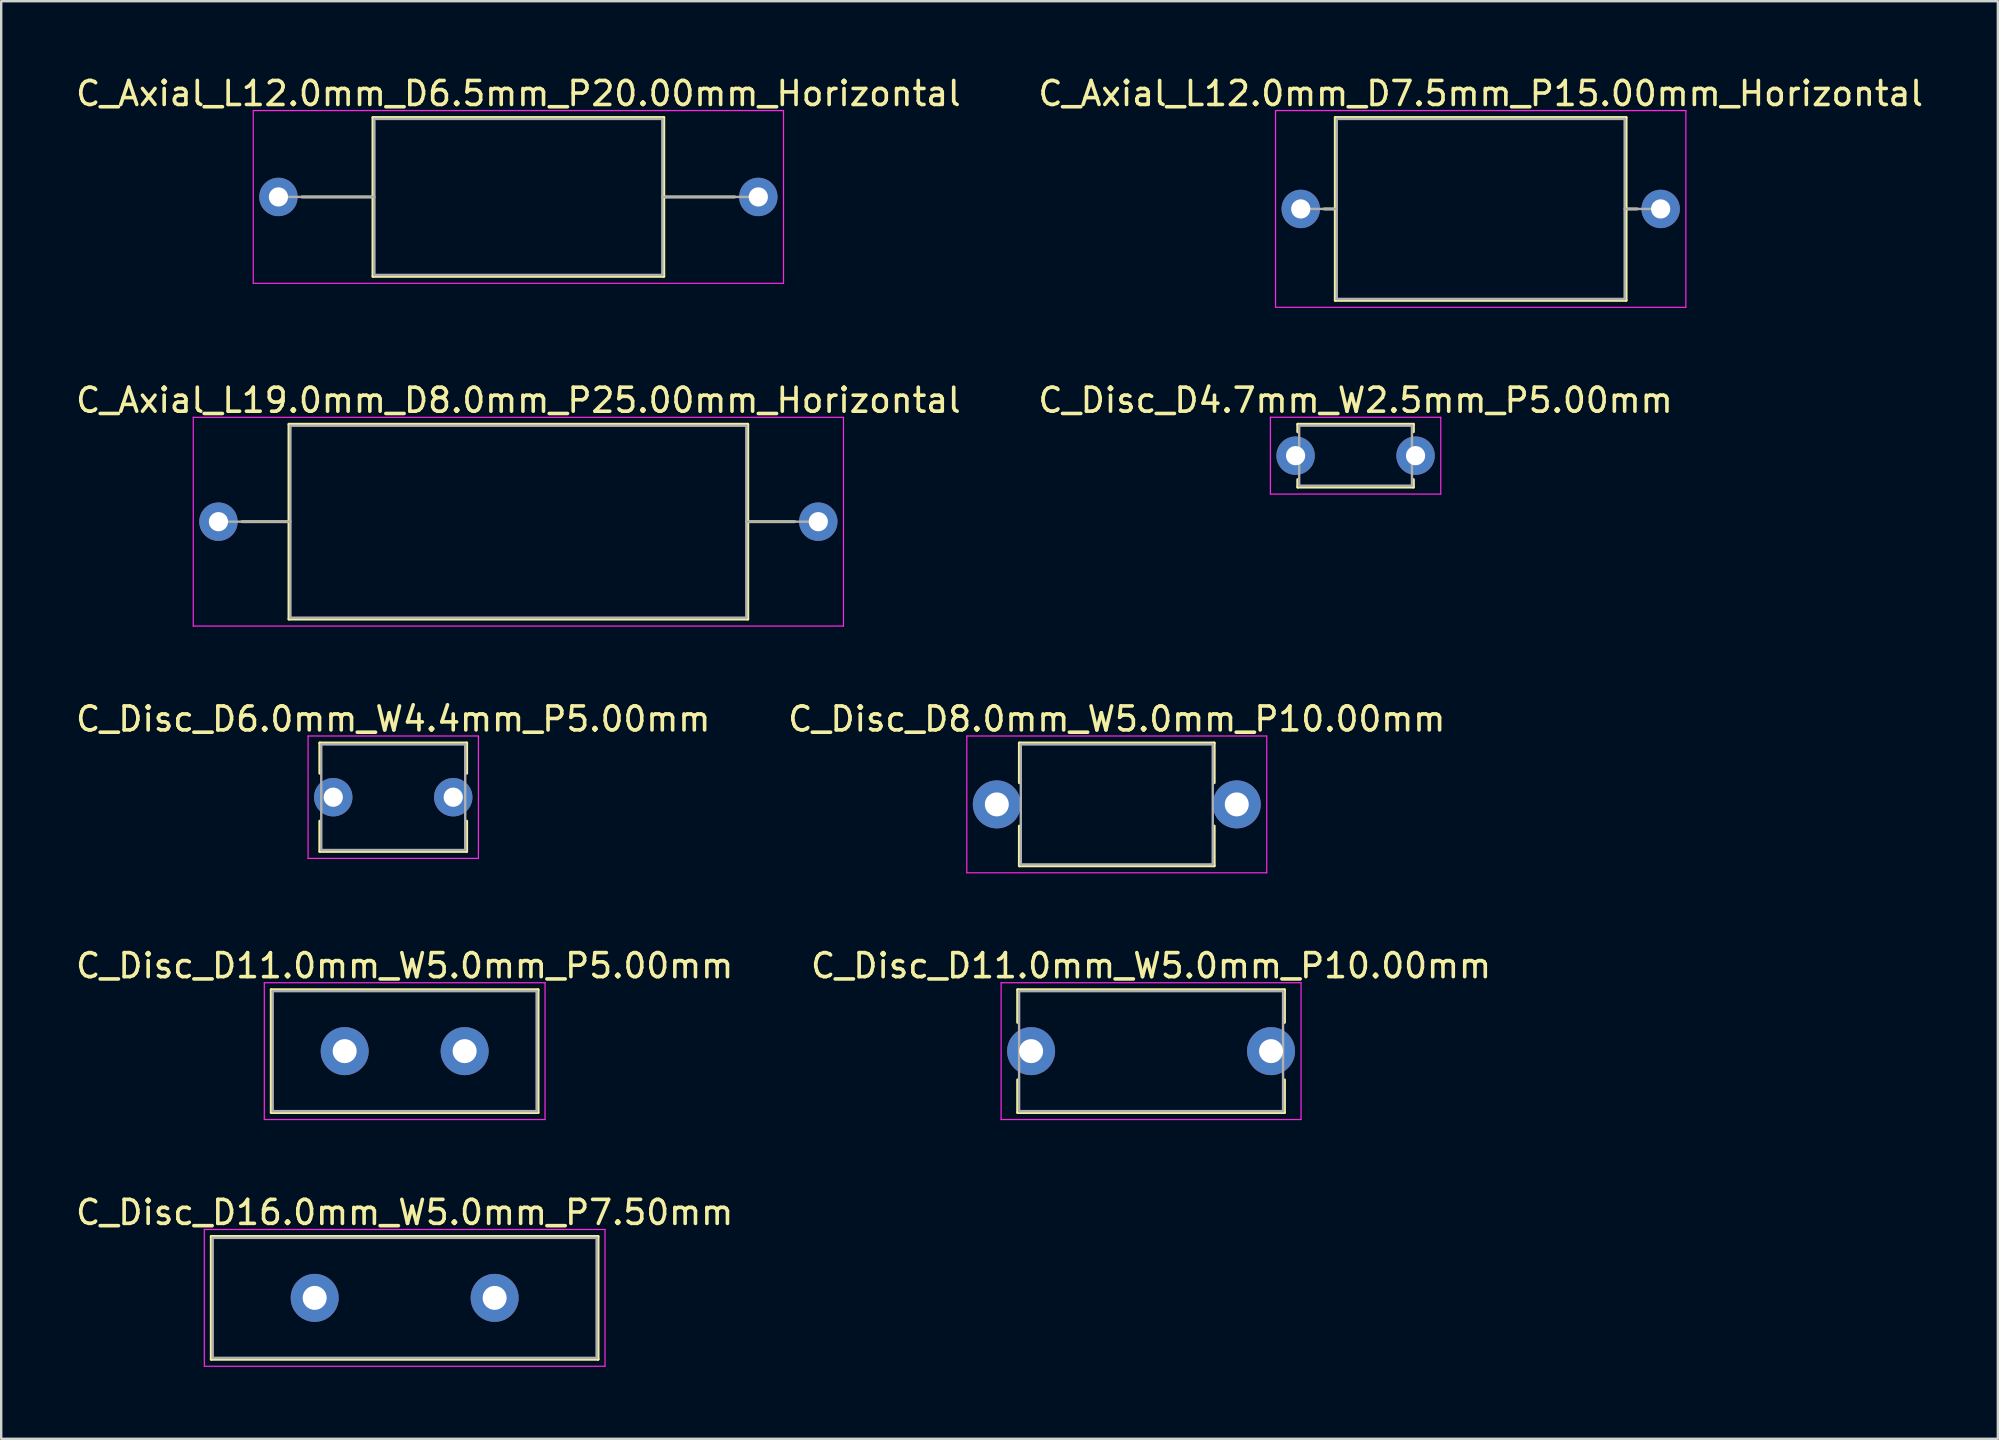
<source format=kicad_pcb>
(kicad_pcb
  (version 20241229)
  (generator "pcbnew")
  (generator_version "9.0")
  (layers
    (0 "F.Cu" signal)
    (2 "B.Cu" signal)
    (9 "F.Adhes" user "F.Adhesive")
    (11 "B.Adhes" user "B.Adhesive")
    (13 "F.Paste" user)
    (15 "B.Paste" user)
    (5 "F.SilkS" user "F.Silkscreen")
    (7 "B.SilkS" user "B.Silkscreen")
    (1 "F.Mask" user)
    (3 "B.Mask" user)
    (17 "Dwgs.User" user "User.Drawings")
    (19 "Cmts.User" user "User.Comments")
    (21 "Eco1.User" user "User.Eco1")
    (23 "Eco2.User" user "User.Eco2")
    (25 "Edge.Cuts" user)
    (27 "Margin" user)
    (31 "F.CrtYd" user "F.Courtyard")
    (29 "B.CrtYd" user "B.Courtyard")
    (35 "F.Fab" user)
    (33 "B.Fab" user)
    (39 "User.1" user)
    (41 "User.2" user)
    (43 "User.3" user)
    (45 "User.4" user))
  (footprint "C_Disc_D11.0mm_W5.0mm_P5.00mm"
    (layer "F.Cu")
    (at 11.315 40.758)
    (property "Reference" "C_Disc_D11.0mm_W5.0mm_P5.00mm" (at 2.5 -3.56 0) (layer "F.SilkS") (effects (font (size 1 1) (thickness 0.15))))
    (attr through_hole)
    (fp_line (start -3.06 -2.56) (end -3.06 2.56) (stroke (width 0.12) (type solid)) (layer "F.SilkS"))
    (fp_line (start -3.06 -2.56) (end 8.06 -2.56) (stroke (width 0.12) (type solid)) (layer "F.SilkS"))
    (fp_line (start -3.06 2.56) (end 8.06 2.56) (stroke (width 0.12) (type solid)) (layer "F.SilkS"))
    (fp_line (start 8.06 -2.56) (end 8.06 2.56) (stroke (width 0.12) (type solid)) (layer "F.SilkS"))
    (fp_line (start -3.35 -2.85) (end -3.35 2.85) (stroke (width 0.05) (type solid)) (layer "F.CrtYd"))
    (fp_line (start -3.35 2.85) (end 8.35 2.85) (stroke (width 0.05) (type solid)) (layer "F.CrtYd"))
    (fp_line (start 8.35 -2.85) (end -3.35 -2.85) (stroke (width 0.05) (type solid)) (layer "F.CrtYd"))
    (fp_line (start 8.35 2.85) (end 8.35 -2.85) (stroke (width 0.05) (type solid)) (layer "F.CrtYd"))
    (fp_line (start -3 -2.5) (end -3 2.5) (stroke (width 0.1) (type solid)) (layer "F.Fab"))
    (fp_line (start -3 2.5) (end 8 2.5) (stroke (width 0.1) (type solid)) (layer "F.Fab"))
    (fp_line (start 8 -2.5) (end -3 -2.5) (stroke (width 0.1) (type solid)) (layer "F.Fab"))
    (fp_line (start 8 2.5) (end 8 -2.5) (stroke (width 0.1) (type solid)) (layer "F.Fab"))
    (pad "1" thru_hole circle (at 0 0) (size 2 2) (drill 1) (layers "*.Cu" "*.Mask"))
    (pad "2" thru_hole circle (at 5 0) (size 2 2) (drill 1) (layers "*.Cu" "*.Mask")))
  (footprint "C_Disc_D4.7mm_W2.5mm_P5.00mm"
    (layer "F.Cu")
    (at 50.946 15.941)
    (property "Reference" "C_Disc_D4.7mm_W2.5mm_P5.00mm" (at 2.5 -2.31 0) (layer "F.SilkS") (effects (font (size 1 1) (thickness 0.15))))
    (attr through_hole)
    (fp_line (start 0.09 -1.31) (end 0.09 -0.996) (stroke (width 0.12) (type solid)) (layer "F.SilkS"))
    (fp_line (start 0.09 -1.31) (end 4.91 -1.31) (stroke (width 0.12) (type solid)) (layer "F.SilkS"))
    (fp_line (start 0.09 0.996) (end 0.09 1.31) (stroke (width 0.12) (type solid)) (layer "F.SilkS"))
    (fp_line (start 0.09 1.31) (end 4.91 1.31) (stroke (width 0.12) (type solid)) (layer "F.SilkS"))
    (fp_line (start 4.91 -1.31) (end 4.91 -0.996) (stroke (width 0.12) (type solid)) (layer "F.SilkS"))
    (fp_line (start 4.91 0.996) (end 4.91 1.31) (stroke (width 0.12) (type solid)) (layer "F.SilkS"))
    (fp_line (start -1.05 -1.6) (end -1.05 1.6) (stroke (width 0.05) (type solid)) (layer "F.CrtYd"))
    (fp_line (start -1.05 1.6) (end 6.05 1.6) (stroke (width 0.05) (type solid)) (layer "F.CrtYd"))
    (fp_line (start 6.05 -1.6) (end -1.05 -1.6) (stroke (width 0.05) (type solid)) (layer "F.CrtYd"))
    (fp_line (start 6.05 1.6) (end 6.05 -1.6) (stroke (width 0.05) (type solid)) (layer "F.CrtYd"))
    (fp_line (start 0.15 -1.25) (end 0.15 1.25) (stroke (width 0.1) (type solid)) (layer "F.Fab"))
    (fp_line (start 0.15 1.25) (end 4.85 1.25) (stroke (width 0.1) (type solid)) (layer "F.Fab"))
    (fp_line (start 4.85 -1.25) (end 0.15 -1.25) (stroke (width 0.1) (type solid)) (layer "F.Fab"))
    (fp_line (start 4.85 1.25) (end 4.85 -1.25) (stroke (width 0.1) (type solid)) (layer "F.Fab"))
    (pad "1" thru_hole circle (at 0 0) (size 1.6 1.6) (drill 0.8) (layers "*.Cu" "*.Mask"))
    (pad "2" thru_hole circle (at 5 0) (size 1.6 1.6) (drill 0.8) (layers "*.Cu" "*.Mask")))
  (footprint "C_Axial_L19.0mm_D8.0mm_P25.00mm_Horizontal"
    (layer "F.Cu")
    (at 6.054 18.692)
    (property "Reference" "C_Axial_L19.0mm_D8.0mm_P25.00mm_Horizontal" (at 12.5 -5.06 0) (layer "F.SilkS") (effects (font (size 1 1) (thickness 0.15))))
    (attr through_hole)
    (fp_line (start 0.98 0) (end 2.94 0) (stroke (width 0.12) (type solid)) (layer "F.SilkS"))
    (fp_line (start 2.94 -4.06) (end 2.94 4.06) (stroke (width 0.12) (type solid)) (layer "F.SilkS"))
    (fp_line (start 2.94 4.06) (end 22.06 4.06) (stroke (width 0.12) (type solid)) (layer "F.SilkS"))
    (fp_line (start 22.06 -4.06) (end 2.94 -4.06) (stroke (width 0.12) (type solid)) (layer "F.SilkS"))
    (fp_line (start 22.06 4.06) (end 22.06 -4.06) (stroke (width 0.12) (type solid)) (layer "F.SilkS"))
    (fp_line (start 24.02 0) (end 22.06 0) (stroke (width 0.12) (type solid)) (layer "F.SilkS"))
    (fp_line (start -1.05 -4.35) (end -1.05 4.35) (stroke (width 0.05) (type solid)) (layer "F.CrtYd"))
    (fp_line (start -1.05 4.35) (end 26.05 4.35) (stroke (width 0.05) (type solid)) (layer "F.CrtYd"))
    (fp_line (start 26.05 -4.35) (end -1.05 -4.35) (stroke (width 0.05) (type solid)) (layer "F.CrtYd"))
    (fp_line (start 26.05 4.35) (end 26.05 -4.35) (stroke (width 0.05) (type solid)) (layer "F.CrtYd"))
    (fp_line (start 0 0) (end 3 0) (stroke (width 0.1) (type solid)) (layer "F.Fab"))
    (fp_line (start 3 -4) (end 3 4) (stroke (width 0.1) (type solid)) (layer "F.Fab"))
    (fp_line (start 3 4) (end 22 4) (stroke (width 0.1) (type solid)) (layer "F.Fab"))
    (fp_line (start 22 -4) (end 3 -4) (stroke (width 0.1) (type solid)) (layer "F.Fab"))
    (fp_line (start 22 4) (end 22 -4) (stroke (width 0.1) (type solid)) (layer "F.Fab"))
    (fp_line (start 25 0) (end 22 0) (stroke (width 0.1) (type solid)) (layer "F.Fab"))
    (pad "1" thru_hole circle (at 0 0) (size 1.6 1.6) (drill 0.8) (layers "*.Cu" "*.Mask"))
    (pad "2" thru_hole oval (at 25 0) (size 1.6 1.6) (drill 0.8) (layers "*.Cu" "*.Mask")))
  (footprint "C_Disc_D16.0mm_W5.0mm_P7.50mm"
    (layer "F.Cu")
    (at 10.065 51.041)
    (property "Reference" "C_Disc_D16.0mm_W5.0mm_P7.50mm" (at 3.75 -3.56 0) (layer "F.SilkS") (effects (font (size 1 1) (thickness 0.15))))
    (attr through_hole)
    (fp_line (start -4.31 -2.56) (end -4.31 2.56) (stroke (width 0.12) (type solid)) (layer "F.SilkS"))
    (fp_line (start -4.31 -2.56) (end 11.81 -2.56) (stroke (width 0.12) (type solid)) (layer "F.SilkS"))
    (fp_line (start -4.31 2.56) (end 11.81 2.56) (stroke (width 0.12) (type solid)) (layer "F.SilkS"))
    (fp_line (start 11.81 -2.56) (end 11.81 2.56) (stroke (width 0.12) (type solid)) (layer "F.SilkS"))
    (fp_line (start -4.6 -2.85) (end -4.6 2.85) (stroke (width 0.05) (type solid)) (layer "F.CrtYd"))
    (fp_line (start -4.6 2.85) (end 12.1 2.85) (stroke (width 0.05) (type solid)) (layer "F.CrtYd"))
    (fp_line (start 12.1 -2.85) (end -4.6 -2.85) (stroke (width 0.05) (type solid)) (layer "F.CrtYd"))
    (fp_line (start 12.1 2.85) (end 12.1 -2.85) (stroke (width 0.05) (type solid)) (layer "F.CrtYd"))
    (fp_line (start -4.25 -2.5) (end -4.25 2.5) (stroke (width 0.1) (type solid)) (layer "F.Fab"))
    (fp_line (start -4.25 2.5) (end 11.75 2.5) (stroke (width 0.1) (type solid)) (layer "F.Fab"))
    (fp_line (start 11.75 -2.5) (end -4.25 -2.5) (stroke (width 0.1) (type solid)) (layer "F.Fab"))
    (fp_line (start 11.75 2.5) (end 11.75 -2.5) (stroke (width 0.1) (type solid)) (layer "F.Fab"))
    (pad "1" thru_hole circle (at 0 0) (size 2 2) (drill 1) (layers "*.Cu" "*.Mask"))
    (pad "2" thru_hole circle (at 7.5 0) (size 2 2) (drill 1) (layers "*.Cu" "*.Mask")))
  (footprint "C_Axial_L12.0mm_D7.5mm_P15.00mm_Horizontal"
    (layer "F.Cu")
    (at 51.161 5.658)
    (property "Reference" "C_Axial_L12.0mm_D7.5mm_P15.00mm_Horizontal" (at 7.5 -4.81 0) (layer "F.SilkS") (effects (font (size 1 1) (thickness 0.15))))
    (attr through_hole)
    (fp_line (start 0.98 0) (end 1.44 0) (stroke (width 0.12) (type solid)) (layer "F.SilkS"))
    (fp_line (start 1.44 -3.81) (end 1.44 3.81) (stroke (width 0.12) (type solid)) (layer "F.SilkS"))
    (fp_line (start 1.44 3.81) (end 13.56 3.81) (stroke (width 0.12) (type solid)) (layer "F.SilkS"))
    (fp_line (start 13.56 -3.81) (end 1.44 -3.81) (stroke (width 0.12) (type solid)) (layer "F.SilkS"))
    (fp_line (start 13.56 3.81) (end 13.56 -3.81) (stroke (width 0.12) (type solid)) (layer "F.SilkS"))
    (fp_line (start 14.02 0) (end 13.56 0) (stroke (width 0.12) (type solid)) (layer "F.SilkS"))
    (fp_line (start -1.05 -4.1) (end -1.05 4.1) (stroke (width 0.05) (type solid)) (layer "F.CrtYd"))
    (fp_line (start -1.05 4.1) (end 16.05 4.1) (stroke (width 0.05) (type solid)) (layer "F.CrtYd"))
    (fp_line (start 16.05 -4.1) (end -1.05 -4.1) (stroke (width 0.05) (type solid)) (layer "F.CrtYd"))
    (fp_line (start 16.05 4.1) (end 16.05 -4.1) (stroke (width 0.05) (type solid)) (layer "F.CrtYd"))
    (fp_line (start 0 0) (end 1.5 0) (stroke (width 0.1) (type solid)) (layer "F.Fab"))
    (fp_line (start 1.5 -3.75) (end 1.5 3.75) (stroke (width 0.1) (type solid)) (layer "F.Fab"))
    (fp_line (start 1.5 3.75) (end 13.5 3.75) (stroke (width 0.1) (type solid)) (layer "F.Fab"))
    (fp_line (start 13.5 -3.75) (end 1.5 -3.75) (stroke (width 0.1) (type solid)) (layer "F.Fab"))
    (fp_line (start 13.5 3.75) (end 13.5 -3.75) (stroke (width 0.1) (type solid)) (layer "F.Fab"))
    (fp_line (start 15 0) (end 13.5 0) (stroke (width 0.1) (type solid)) (layer "F.Fab"))
    (pad "1" thru_hole circle (at 0 0) (size 1.6 1.6) (drill 0.8) (layers "*.Cu" "*.Mask"))
    (pad "2" thru_hole oval (at 15 0) (size 1.6 1.6) (drill 0.8) (layers "*.Cu" "*.Mask")))
  (footprint "C_Disc_D11.0mm_W5.0mm_P10.00mm"
    (layer "F.Cu")
    (at 39.923 40.758)
    (property "Reference" "C_Disc_D11.0mm_W5.0mm_P10.00mm" (at 5 -3.56 0) (layer "F.SilkS") (effects (font (size 1 1) (thickness 0.15))))
    (attr through_hole)
    (fp_line (start -0.56 -2.56) (end -0.56 -1.195) (stroke (width 0.12) (type solid)) (layer "F.SilkS"))
    (fp_line (start -0.56 -2.56) (end 10.56 -2.56) (stroke (width 0.12) (type solid)) (layer "F.SilkS"))
    (fp_line (start -0.56 1.195) (end -0.56 2.56) (stroke (width 0.12) (type solid)) (layer "F.SilkS"))
    (fp_line (start -0.56 2.56) (end 10.56 2.56) (stroke (width 0.12) (type solid)) (layer "F.SilkS"))
    (fp_line (start 10.56 -2.56) (end 10.56 -1.195) (stroke (width 0.12) (type solid)) (layer "F.SilkS"))
    (fp_line (start 10.56 1.195) (end 10.56 2.56) (stroke (width 0.12) (type solid)) (layer "F.SilkS"))
    (fp_line (start -1.25 -2.85) (end -1.25 2.85) (stroke (width 0.05) (type solid)) (layer "F.CrtYd"))
    (fp_line (start -1.25 2.85) (end 11.25 2.85) (stroke (width 0.05) (type solid)) (layer "F.CrtYd"))
    (fp_line (start 11.25 -2.85) (end -1.25 -2.85) (stroke (width 0.05) (type solid)) (layer "F.CrtYd"))
    (fp_line (start 11.25 2.85) (end 11.25 -2.85) (stroke (width 0.05) (type solid)) (layer "F.CrtYd"))
    (fp_line (start -0.5 -2.5) (end -0.5 2.5) (stroke (width 0.1) (type solid)) (layer "F.Fab"))
    (fp_line (start -0.5 2.5) (end 10.5 2.5) (stroke (width 0.1) (type solid)) (layer "F.Fab"))
    (fp_line (start 10.5 -2.5) (end -0.5 -2.5) (stroke (width 0.1) (type solid)) (layer "F.Fab"))
    (fp_line (start 10.5 2.5) (end 10.5 -2.5) (stroke (width 0.1) (type solid)) (layer "F.Fab"))
    (pad "1" thru_hole circle (at 0 0) (size 2 2) (drill 1) (layers "*.Cu" "*.Mask"))
    (pad "2" thru_hole circle (at 10 0) (size 2 2) (drill 1) (layers "*.Cu" "*.Mask")))
  (footprint "C_Axial_L12.0mm_D6.5mm_P20.00mm_Horizontal"
    (layer "F.Cu")
    (at 8.554 5.158)
    (property "Reference" "C_Axial_L12.0mm_D6.5mm_P20.00mm_Horizontal" (at 10 -4.31 0) (layer "F.SilkS") (effects (font (size 1 1) (thickness 0.15))))
    (attr through_hole)
    (fp_line (start 0.98 0) (end 3.94 0) (stroke (width 0.12) (type solid)) (layer "F.SilkS"))
    (fp_line (start 3.94 -3.31) (end 3.94 3.31) (stroke (width 0.12) (type solid)) (layer "F.SilkS"))
    (fp_line (start 3.94 3.31) (end 16.06 3.31) (stroke (width 0.12) (type solid)) (layer "F.SilkS"))
    (fp_line (start 16.06 -3.31) (end 3.94 -3.31) (stroke (width 0.12) (type solid)) (layer "F.SilkS"))
    (fp_line (start 16.06 3.31) (end 16.06 -3.31) (stroke (width 0.12) (type solid)) (layer "F.SilkS"))
    (fp_line (start 19.02 0) (end 16.06 0) (stroke (width 0.12) (type solid)) (layer "F.SilkS"))
    (fp_line (start -1.05 -3.6) (end -1.05 3.6) (stroke (width 0.05) (type solid)) (layer "F.CrtYd"))
    (fp_line (start -1.05 3.6) (end 21.05 3.6) (stroke (width 0.05) (type solid)) (layer "F.CrtYd"))
    (fp_line (start 21.05 -3.6) (end -1.05 -3.6) (stroke (width 0.05) (type solid)) (layer "F.CrtYd"))
    (fp_line (start 21.05 3.6) (end 21.05 -3.6) (stroke (width 0.05) (type solid)) (layer "F.CrtYd"))
    (fp_line (start 0 0) (end 4 0) (stroke (width 0.1) (type solid)) (layer "F.Fab"))
    (fp_line (start 4 -3.25) (end 4 3.25) (stroke (width 0.1) (type solid)) (layer "F.Fab"))
    (fp_line (start 4 3.25) (end 16 3.25) (stroke (width 0.1) (type solid)) (layer "F.Fab"))
    (fp_line (start 16 -3.25) (end 4 -3.25) (stroke (width 0.1) (type solid)) (layer "F.Fab"))
    (fp_line (start 16 3.25) (end 16 -3.25) (stroke (width 0.1) (type solid)) (layer "F.Fab"))
    (fp_line (start 20 0) (end 16 0) (stroke (width 0.1) (type solid)) (layer "F.Fab"))
    (pad "1" thru_hole circle (at 0 0) (size 1.6 1.6) (drill 0.8) (layers "*.Cu" "*.Mask"))
    (pad "2" thru_hole oval (at 20 0) (size 1.6 1.6) (drill 0.8) (layers "*.Cu" "*.Mask")))
  (footprint "C_Disc_D8.0mm_W5.0mm_P10.00mm"
    (layer "F.Cu")
    (at 38.494 30.475)
    (property "Reference" "C_Disc_D8.0mm_W5.0mm_P10.00mm" (at 5 -3.56 0) (layer "F.SilkS") (effects (font (size 1 1) (thickness 0.15))))
    (attr through_hole)
    (fp_line (start 0.94 -2.56) (end 0.94 -0.901) (stroke (width 0.12) (type solid)) (layer "F.SilkS"))
    (fp_line (start 0.94 -2.56) (end 9.06 -2.56) (stroke (width 0.12) (type solid)) (layer "F.SilkS"))
    (fp_line (start 0.94 0.901) (end 0.94 2.56) (stroke (width 0.12) (type solid)) (layer "F.SilkS"))
    (fp_line (start 0.94 2.56) (end 9.06 2.56) (stroke (width 0.12) (type solid)) (layer "F.SilkS"))
    (fp_line (start 9.06 -2.56) (end 9.06 -0.901) (stroke (width 0.12) (type solid)) (layer "F.SilkS"))
    (fp_line (start 9.06 0.901) (end 9.06 2.56) (stroke (width 0.12) (type solid)) (layer "F.SilkS"))
    (fp_line (start -1.25 -2.85) (end -1.25 2.85) (stroke (width 0.05) (type solid)) (layer "F.CrtYd"))
    (fp_line (start -1.25 2.85) (end 11.25 2.85) (stroke (width 0.05) (type solid)) (layer "F.CrtYd"))
    (fp_line (start 11.25 -2.85) (end -1.25 -2.85) (stroke (width 0.05) (type solid)) (layer "F.CrtYd"))
    (fp_line (start 11.25 2.85) (end 11.25 -2.85) (stroke (width 0.05) (type solid)) (layer "F.CrtYd"))
    (fp_line (start 1 -2.5) (end 1 2.5) (stroke (width 0.1) (type solid)) (layer "F.Fab"))
    (fp_line (start 1 2.5) (end 9 2.5) (stroke (width 0.1) (type solid)) (layer "F.Fab"))
    (fp_line (start 9 -2.5) (end 1 -2.5) (stroke (width 0.1) (type solid)) (layer "F.Fab"))
    (fp_line (start 9 2.5) (end 9 -2.5) (stroke (width 0.1) (type solid)) (layer "F.Fab"))
    (pad "1" thru_hole circle (at 0 0) (size 2 2) (drill 1) (layers "*.Cu" "*.Mask"))
    (pad "2" thru_hole circle (at 10 0) (size 2 2) (drill 1) (layers "*.Cu" "*.Mask")))
  (footprint "C_Disc_D6.0mm_W4.4mm_P5.00mm"
    (layer "F.Cu")
    (at 10.839 30.175)
    (property "Reference" "C_Disc_D6.0mm_W4.4mm_P5.00mm" (at 2.5 -3.26 0) (layer "F.SilkS") (effects (font (size 1 1) (thickness 0.15))))
    (attr through_hole)
    (fp_line (start -0.56 -2.26) (end -0.56 -0.996) (stroke (width 0.12) (type solid)) (layer "F.SilkS"))
    (fp_line (start -0.56 -2.26) (end 5.56 -2.26) (stroke (width 0.12) (type solid)) (layer "F.SilkS"))
    (fp_line (start -0.56 0.996) (end -0.56 2.26) (stroke (width 0.12) (type solid)) (layer "F.SilkS"))
    (fp_line (start -0.56 2.26) (end 5.56 2.26) (stroke (width 0.12) (type solid)) (layer "F.SilkS"))
    (fp_line (start 5.56 -2.26) (end 5.56 -0.996) (stroke (width 0.12) (type solid)) (layer "F.SilkS"))
    (fp_line (start 5.56 0.996) (end 5.56 2.26) (stroke (width 0.12) (type solid)) (layer "F.SilkS"))
    (fp_line (start -1.05 -2.55) (end -1.05 2.55) (stroke (width 0.05) (type solid)) (layer "F.CrtYd"))
    (fp_line (start -1.05 2.55) (end 6.05 2.55) (stroke (width 0.05) (type solid)) (layer "F.CrtYd"))
    (fp_line (start 6.05 -2.55) (end -1.05 -2.55) (stroke (width 0.05) (type solid)) (layer "F.CrtYd"))
    (fp_line (start 6.05 2.55) (end 6.05 -2.55) (stroke (width 0.05) (type solid)) (layer "F.CrtYd"))
    (fp_line (start -0.5 -2.2) (end -0.5 2.2) (stroke (width 0.1) (type solid)) (layer "F.Fab"))
    (fp_line (start -0.5 2.2) (end 5.5 2.2) (stroke (width 0.1) (type solid)) (layer "F.Fab"))
    (fp_line (start 5.5 -2.2) (end -0.5 -2.2) (stroke (width 0.1) (type solid)) (layer "F.Fab"))
    (fp_line (start 5.5 2.2) (end 5.5 -2.2) (stroke (width 0.1) (type solid)) (layer "F.Fab"))
    (pad "1" thru_hole circle (at 0 0) (size 1.6 1.6) (drill 0.8) (layers "*.Cu" "*.Mask"))
    (pad "2" thru_hole circle (at 5 0) (size 1.6 1.6) (drill 0.8) (layers "*.Cu" "*.Mask")))
  (gr_rect
    (start -3 -3)
    (end 80.214 56.916)
    (stroke (width 0.1) (type default))
    (fill no)
    (layer "Edge.Cuts")))
</source>
